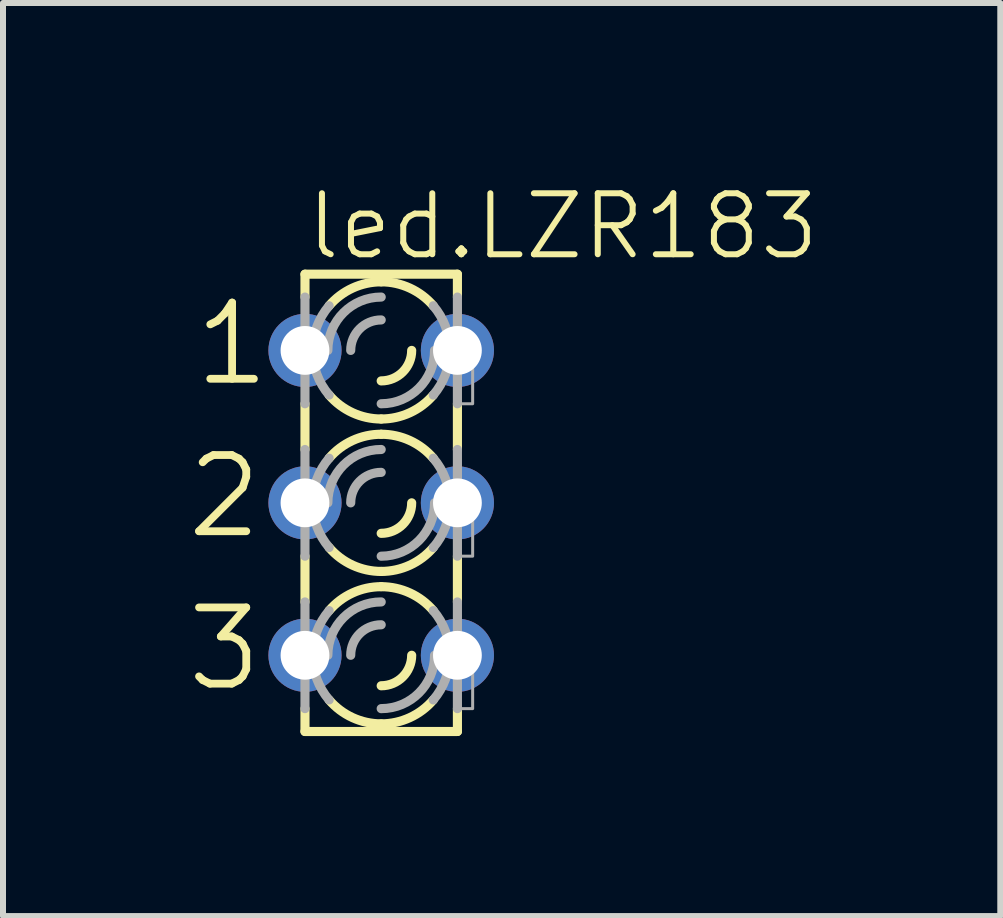
<source format=kicad_pcb>
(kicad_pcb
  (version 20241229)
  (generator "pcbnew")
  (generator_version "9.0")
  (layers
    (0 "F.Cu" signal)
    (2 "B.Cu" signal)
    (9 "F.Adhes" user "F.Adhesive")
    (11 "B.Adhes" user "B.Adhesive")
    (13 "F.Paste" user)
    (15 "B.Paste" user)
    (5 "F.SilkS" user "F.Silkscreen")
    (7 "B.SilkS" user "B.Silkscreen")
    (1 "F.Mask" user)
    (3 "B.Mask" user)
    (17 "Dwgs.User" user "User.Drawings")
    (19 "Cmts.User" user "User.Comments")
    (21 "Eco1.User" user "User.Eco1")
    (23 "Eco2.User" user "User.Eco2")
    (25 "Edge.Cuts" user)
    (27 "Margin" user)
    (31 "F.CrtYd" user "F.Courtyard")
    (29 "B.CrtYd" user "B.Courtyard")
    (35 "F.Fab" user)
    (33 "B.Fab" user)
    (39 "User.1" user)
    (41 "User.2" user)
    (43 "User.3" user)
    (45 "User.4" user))
  (footprint "led.LZR183"
    (layer "F.Cu")
    (at 3.302 5.329)
    (property "Reference" "led.LZR183" (at -1.295 -4.013 0) (layer "F.SilkS") (effects (font (size 1.016 1.016) (thickness 0.1)) (justify left bottom)))
    (attr through_hole)
    (fp_line (start -1.27 -3.81) (end -1.27 -3.429) (stroke (width 0.152) (type default)) (layer "F.SilkS"))
    (fp_line (start -1.27 -3.81) (end 1.27 -3.81) (stroke (width 0.152) (type default)) (layer "F.SilkS"))
    (fp_line (start -1.27 -1.651) (end -1.27 -0.889) (stroke (width 0.152) (type default)) (layer "F.SilkS"))
    (fp_line (start -1.27 0.889) (end -1.27 1.651) (stroke (width 0.152) (type default)) (layer "F.SilkS"))
    (fp_line (start -1.27 3.81) (end -1.27 3.429) (stroke (width 0.152) (type default)) (layer "F.SilkS"))
    (fp_line (start -1.27 3.81) (end 1.27 3.81) (stroke (width 0.152) (type default)) (layer "F.SilkS"))
    (fp_line (start 1.27 -3.81) (end 1.27 -3.429) (stroke (width 0.152) (type default)) (layer "F.SilkS"))
    (fp_line (start 1.27 -1.651) (end 1.27 -0.889) (stroke (width 0.152) (type default)) (layer "F.SilkS"))
    (fp_line (start 1.27 0.889) (end 1.27 1.651) (stroke (width 0.152) (type default)) (layer "F.SilkS"))
    (fp_line (start 1.27 3.81) (end 1.27 3.429) (stroke (width 0.152) (type default)) (layer "F.SilkS"))
    (fp_arc (start -0.8678 -3.2839) (mid -0.477588 -3.578445) (end 0 -3.683) (stroke (width 0.1524) (type default)) (layer "F.SilkS"))
    (fp_arc (start -0.8678 -0.7439) (mid -0.477588 -1.038445) (end 0 -1.143) (stroke (width 0.1524) (type default)) (layer "F.SilkS"))
    (fp_arc (start -0.8678 1.7961) (mid -0.477588 1.501555) (end 0 1.397) (stroke (width 0.1524) (type default)) (layer "F.SilkS"))
    (fp_arc (start 0 -3.683) (mid 0.477588 -3.578445) (end 0.8678 -3.2839) (stroke (width 0.1524) (type default)) (layer "F.SilkS"))
    (fp_arc (start 0 -1.397) (mid -0.477588 -1.501555) (end -0.8678 -1.7961) (stroke (width 0.1524) (type default)) (layer "F.SilkS"))
    (fp_arc (start 0 -1.143) (mid 0.477588 -1.038445) (end 0.8678 -0.7439) (stroke (width 0.1524) (type default)) (layer "F.SilkS"))
    (fp_arc (start 0 1.143) (mid -0.477588 1.038445) (end -0.8678 0.7439) (stroke (width 0.1524) (type default)) (layer "F.SilkS"))
    (fp_arc (start 0 1.397) (mid 0.477588 1.501555) (end 0.8678 1.7961) (stroke (width 0.1524) (type default)) (layer "F.SilkS"))
    (fp_arc (start 0 3.683) (mid -0.477588 3.578445) (end -0.8678 3.2839) (stroke (width 0.1524) (type default)) (layer "F.SilkS"))
    (fp_arc (start 0.508 -2.54) (mid 0.35921 -2.18079) (end 0 -2.032) (stroke (width 0.1524) (type default)) (layer "F.SilkS"))
    (fp_arc (start 0.508 0) (mid 0.35921 0.35921) (end 0 0.508) (stroke (width 0.1524) (type default)) (layer "F.SilkS"))
    (fp_arc (start 0.508 2.54) (mid 0.35921 2.89921) (end 0 3.048) (stroke (width 0.1524) (type default)) (layer "F.SilkS"))
    (fp_arc (start 0.8678 -1.7961) (mid 0.477588 -1.501555) (end 0 -1.397) (stroke (width 0.1524) (type default)) (layer "F.SilkS"))
    (fp_arc (start 0.8678 0.7439) (mid 0.477588 1.038445) (end 0 1.143) (stroke (width 0.1524) (type default)) (layer "F.SilkS"))
    (fp_arc (start 0.8678 3.2839) (mid 0.477588 3.578445) (end 0 3.683) (stroke (width 0.1524) (type default)) (layer "F.SilkS"))
    (fp_line (start -1.27 -1.651) (end -1.27 -3.429) (stroke (width 0.152) (type default)) (layer "F.Fab"))
    (fp_line (start -1.27 0.889) (end -1.27 -0.889) (stroke (width 0.152) (type default)) (layer "F.Fab"))
    (fp_line (start -1.27 3.429) (end -1.27 1.651) (stroke (width 0.152) (type default)) (layer "F.Fab"))
    (fp_line (start 1.27 -1.651) (end 1.27 -3.429) (stroke (width 0.152) (type default)) (layer "F.Fab"))
    (fp_line (start 1.27 0.889) (end 1.27 -0.889) (stroke (width 0.152) (type default)) (layer "F.Fab"))
    (fp_line (start 1.27 3.429) (end 1.27 1.651) (stroke (width 0.152) (type default)) (layer "F.Fab"))
    (fp_rect (start -1.524 -2.286) (end -1.27 -2.794) (stroke (width 0.05) (type default)) (fill no) (layer "F.Fab"))
    (fp_rect (start -1.524 0.254) (end -1.27 -0.254) (stroke (width 0.05) (type default)) (fill no) (layer "F.Fab"))
    (fp_rect (start -1.524 2.794) (end -1.27 2.286) (stroke (width 0.05) (type default)) (fill no) (layer "F.Fab"))
    (fp_rect (start 1.27 -1.651) (end 1.524 -2.794) (stroke (width 0.05) (type default)) (fill no) (layer "F.Fab"))
    (fp_rect (start 1.27 0.889) (end 1.524 -0.254) (stroke (width 0.05) (type default)) (fill no) (layer "F.Fab"))
    (fp_rect (start 1.27 3.429) (end 1.524 2.286) (stroke (width 0.05) (type default)) (fill no) (layer "F.Fab"))
    (fp_arc (start -1.143 -2.54) (mid -1.071949 -2.936597) (end -0.8677 -3.2839) (stroke (width 0.1524) (type default)) (layer "F.Fab"))
    (fp_arc (start -1.143 0) (mid -1.071996 -0.396587) (end -0.8678 -0.7439) (stroke (width 0.1524) (type default)) (layer "F.Fab"))
    (fp_arc (start -1.143 2.54) (mid -1.071996 2.143413) (end -0.8678 1.7961) (stroke (width 0.1524) (type default)) (layer "F.Fab"))
    (fp_arc (start -0.889 -2.54) (mid -0.628618 -3.168618) (end 0 -3.429) (stroke (width 0.1524) (type default)) (layer "F.Fab"))
    (fp_arc (start -0.889 0) (mid -0.628618 -0.628618) (end 0 -0.889) (stroke (width 0.1524) (type default)) (layer "F.Fab"))
    (fp_arc (start -0.889 2.54) (mid -0.628618 1.911382) (end 0 1.651) (stroke (width 0.1524) (type default)) (layer "F.Fab"))
    (fp_arc (start -0.8678 -1.7961) (mid -1.071996 -2.143413) (end -1.143 -2.54) (stroke (width 0.1524) (type default)) (layer "F.Fab"))
    (fp_arc (start -0.8678 0.7439) (mid -1.071996 0.396587) (end -1.143 0) (stroke (width 0.1524) (type default)) (layer "F.Fab"))
    (fp_arc (start -0.8677 3.2839) (mid -1.071949 2.936597) (end -1.143 2.54) (stroke (width 0.1524) (type default)) (layer "F.Fab"))
    (fp_arc (start -0.508 -2.54) (mid -0.35921 -2.89921) (end 0 -3.048) (stroke (width 0.1524) (type default)) (layer "F.Fab"))
    (fp_arc (start -0.508 0) (mid -0.35921 -0.35921) (end 0 -0.508) (stroke (width 0.1524) (type default)) (layer "F.Fab"))
    (fp_arc (start -0.508 2.54) (mid -0.35921 2.18079) (end 0 2.032) (stroke (width 0.1524) (type default)) (layer "F.Fab"))
    (fp_arc (start 0.8678 -3.2839) (mid 1.072043 -2.936595) (end 1.1431 -2.54) (stroke (width 0.1524) (type default)) (layer "F.Fab"))
    (fp_arc (start 0.8678 -0.7439) (mid 1.071996 -0.396587) (end 1.143 0) (stroke (width 0.1524) (type default)) (layer "F.Fab"))
    (fp_arc (start 0.8678 1.7961) (mid 1.071949 2.143421) (end 1.1429 2.54) (stroke (width 0.1524) (type default)) (layer "F.Fab"))
    (fp_arc (start 0.889 -2.54) (mid 0.628618 -1.911382) (end 0 -1.651) (stroke (width 0.1524) (type default)) (layer "F.Fab"))
    (fp_arc (start 0.889 0) (mid 0.628618 0.628618) (end 0 0.889) (stroke (width 0.1524) (type default)) (layer "F.Fab"))
    (fp_arc (start 0.889 2.54) (mid 0.628618 3.168618) (end 0 3.429) (stroke (width 0.1524) (type default)) (layer "F.Fab"))
    (fp_arc (start 1.1429 -2.54) (mid 1.071949 -2.143421) (end 0.8678 -1.7961) (stroke (width 0.1524) (type default)) (layer "F.Fab"))
    (fp_arc (start 1.143 0) (mid 1.071996 0.396587) (end 0.8678 0.7439) (stroke (width 0.1524) (type default)) (layer "F.Fab"))
    (fp_arc (start 1.1431 2.54) (mid 1.072043 2.936595) (end 0.8678 3.2839) (stroke (width 0.1524) (type default)) (layer "F.Fab"))
    (fp_text user "3" (at -3.302 3.175 0) (layer "F.SilkS") (effects (font (size 1.27 1.27) (thickness 0.13)) (justify left bottom)))
    (fp_text user "1" (at -3.175 -1.905 0) (layer "F.SilkS") (effects (font (size 1.27 1.27) (thickness 0.13)) (justify left bottom)))
    (fp_text user "2" (at -3.302 0.635 0) (layer "F.SilkS") (effects (font (size 1.27 1.27) (thickness 0.13)) (justify left bottom)))
    (pad "A1" thru_hole circle (at -1.27 -2.54) (size 1.219 1.219) (drill 0.813) (layers "*.Cu" "*.Mask"))
    (pad "A2" thru_hole circle (at -1.27 0) (size 1.219 1.219) (drill 0.813) (layers "*.Cu" "*.Mask"))
    (pad "A3" thru_hole circle (at -1.27 2.54) (size 1.219 1.219) (drill 0.813) (layers "*.Cu" "*.Mask"))
    (pad "K1" thru_hole circle (at 1.27 -2.54) (size 1.219 1.219) (drill 0.813) (layers "*.Cu" "*.Mask"))
    (pad "K2" thru_hole circle (at 1.27 0) (size 1.219 1.219) (drill 0.813) (layers "*.Cu" "*.Mask"))
    (pad "K3" thru_hole circle (at 1.27 2.54) (size 1.219 1.219) (drill 0.813) (layers "*.Cu" "*.Mask")))
  (gr_rect
    (start -3 -3)
    (end 13.618 12.215)
    (stroke (width 0.1) (type default))
    (fill no)
    (layer "Edge.Cuts")))
</source>
